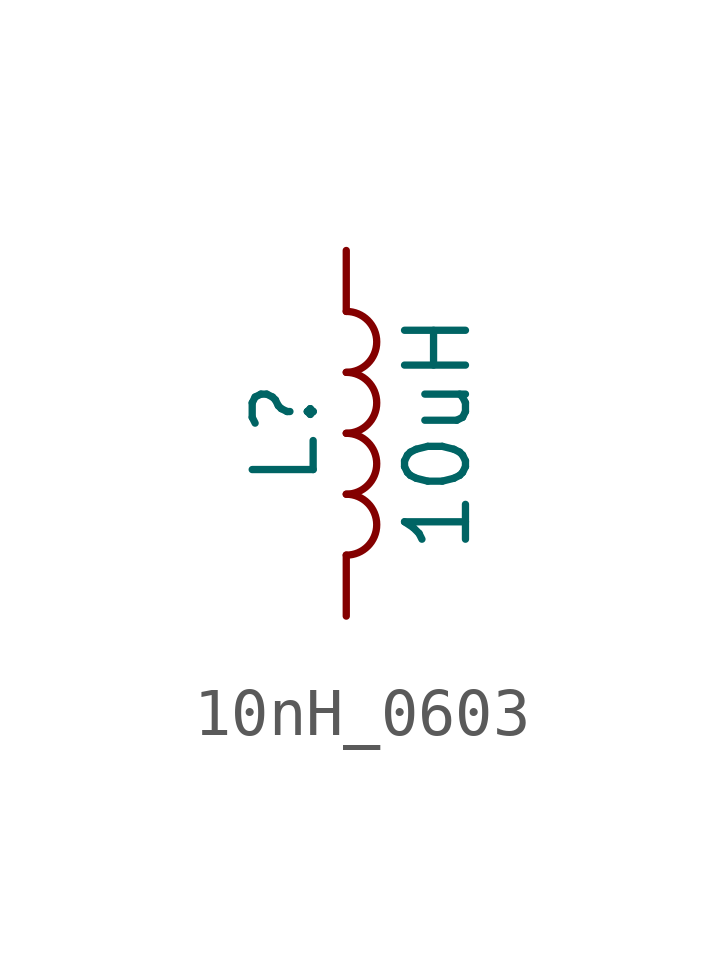
<source format=kicad_sym>
(kicad_symbol_lib
  (version 20241209)
  (generator "kicad_symbol_editor")
  (generator_version "9.0")
  (symbol "10nH_0603"
    (pin_numbers
      (hide yes))
    (pin_names
      (offset 1.016)
      (hide yes))
    (property "Reference" "L"
      (at -1.27 0 90)
      (effects (font (size 1.27 1.27))))
    (property "Value" "10uH"
      (at 1.905 0 90)
      (effects (font (size 1.27 1.27))))
    (symbol "10nH_0603_0_1"
      (arc (start 0 2.54) (mid 0.6323 1.905) (end 0 1.27) (stroke (width 0) (type default)) (fill (type none)))
      (arc (start 0 1.27) (mid 0.6323 0.635) (end 0 0) (stroke (width 0) (type default)) (fill (type none)))
      (arc (start 0 0) (mid 0.6323 -0.635) (end 0 -1.27) (stroke (width 0) (type default)) (fill (type none)))
      (arc (start 0 -1.27) (mid 0.6323 -1.905) (end 0 -2.54) (stroke (width 0) (type default)) (fill (type none))))
    (symbol "10nH_0603_1_1"
      (pin passive line (at 0 3.81 270) (length 1.27) (name "1" (effects (font (size 1.27 1.27)))) (number "1" (effects (font (size 1.27 1.27)))))
      (pin passive line (at 0 -3.81 90) (length 1.27) (name "2" (effects (font (size 1.27 1.27)))) (number "2" (effects (font (size 1.27 1.27))))))))
</source>
